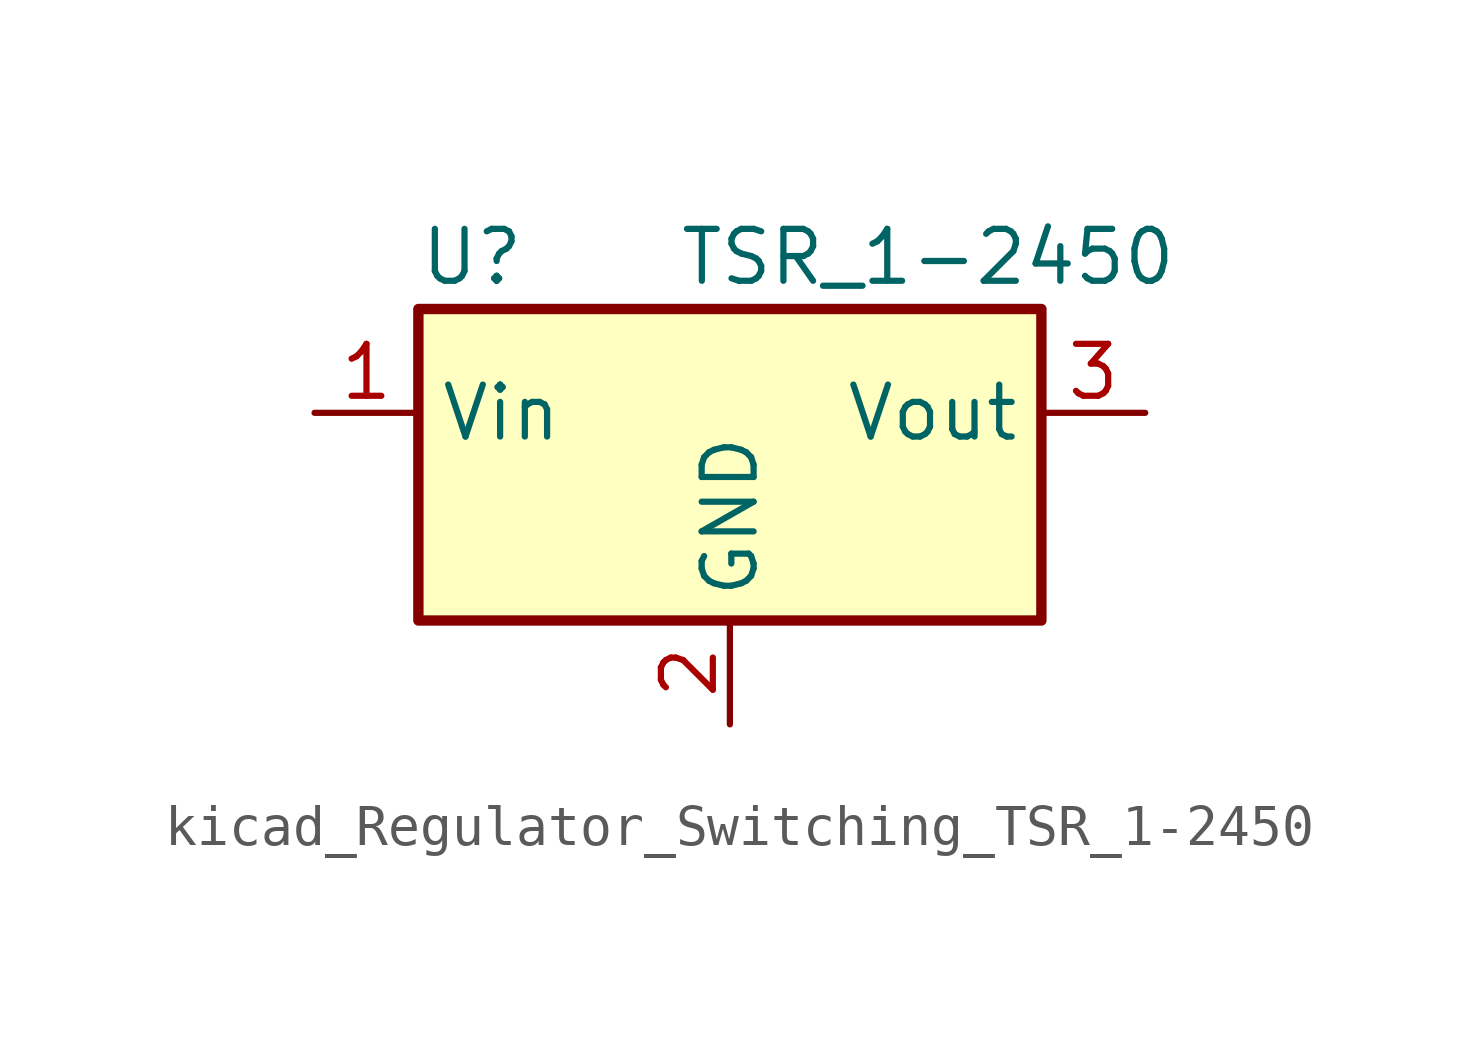
<source format=kicad_sym>
(kicad_symbol_lib
  (version 20220914)
  (generator kicad_symbol_editor)
  (symbol "kicad_Regulator_Switching_TSR_1-2450"
    (property "Reference" "U"
      (at -7.62 6.35 0)
      (effects (font (size 1.27 1.27)) (justify left)))
    (property "Value" "TSR_1-2450"
      (at -1.27 6.35 0)
      (effects (font (size 1.27 1.27)) (justify left)))
    (symbol "kicad_Regulator_Switching_TSR_1-2450_0_1"
      (rectangle (start -7.62 5.08) (end 7.62 -2.54) (stroke (width 0.254) (type default)) (fill (type background))))
    (symbol "kicad_Regulator_Switching_TSR_1-2450_1_1"
      (pin power_in line (at -10.16 2.54 0) (length 2.54) (name "Vin" (effects (font (size 1.27 1.27)))) (number "1" (effects (font (size 1.27 1.27)))))
      (pin power_in line (at 0 -5.08 90) (length 2.54) (name "GND" (effects (font (size 1.27 1.27)))) (number "2" (effects (font (size 1.27 1.27)))))
      (pin power_out line (at 10.16 2.54 180) (length 2.54) (name "Vout" (effects (font (size 1.27 1.27)))) (number "3" (effects (font (size 1.27 1.27))))))))
</source>
